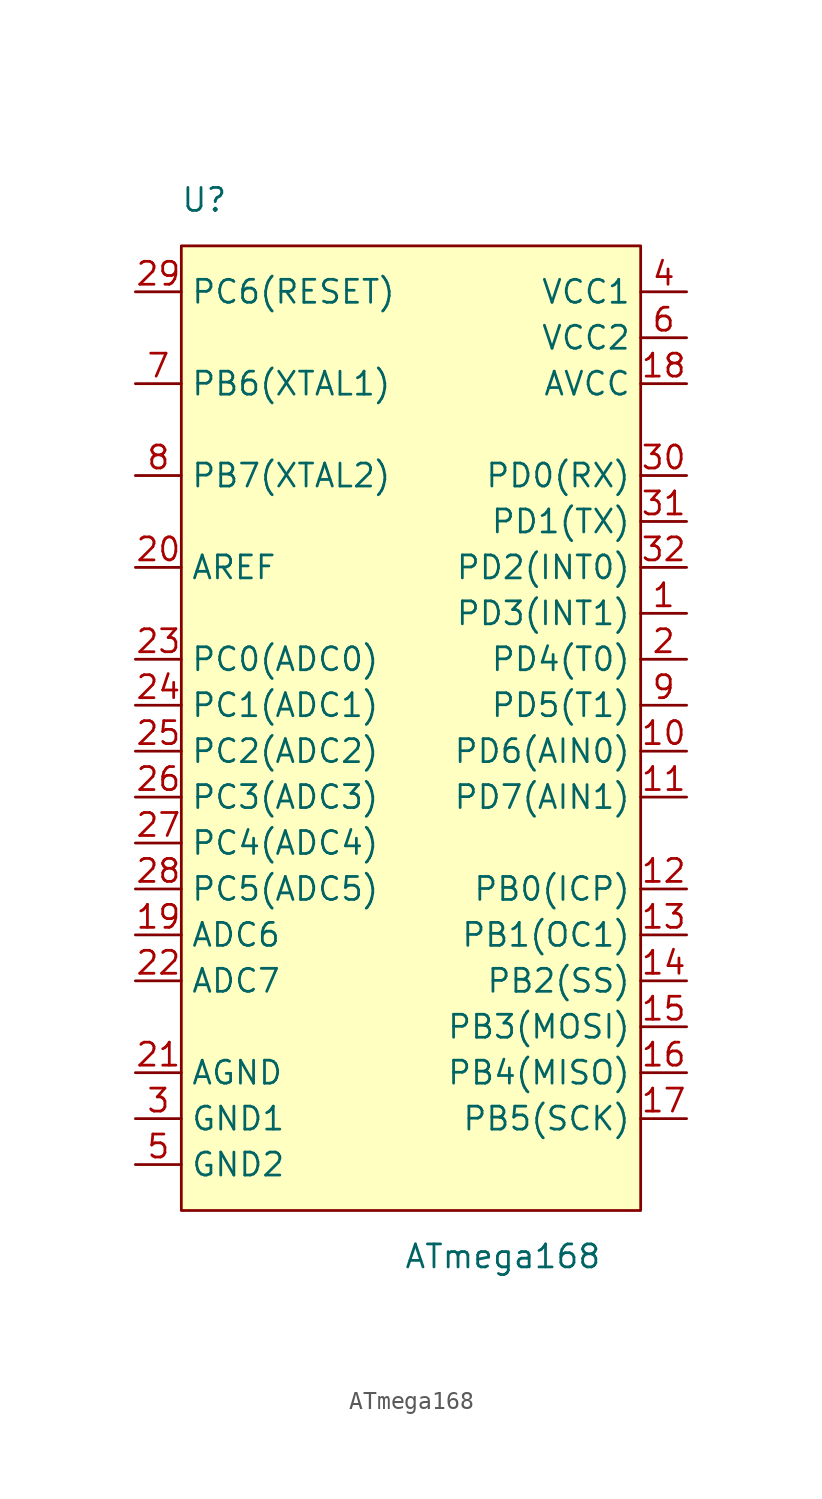
<source format=kicad_sym>
(kicad_symbol_lib
  (version 20211014)
  (generator kicad_symbol_editor)
  (symbol "ATmega168"
    (property "Reference" "U"
      (at -10.16 30.48 0)
      (effects (font (size 1.27 1.27))))
    (property "Value" "ATmega168"
      (at 6.35 -27.94 0)
      (effects (font (size 1.27 1.27))))
    (symbol "ATmega168_0_1"
      (rectangle (start -11.43 27.94) (end 13.97 -25.4) (stroke (width 0) (type default) (color 0 0 0 0)) (fill (type background))))
    (symbol "ATmega168_1_1"
      (pin bidirectional line (at 16.51 7.62 180) (length 2.54) (name "PD3(INT1)" (effects (font (size 1.27 1.27)))) (number "1" (effects (font (size 1.27 1.27)))))
      (pin bidirectional line (at 16.51 0 180) (length 2.54) (name "PD6(AIN0)" (effects (font (size 1.27 1.27)))) (number "10" (effects (font (size 1.27 1.27)))))
      (pin bidirectional line (at 16.51 -2.54 180) (length 2.54) (name "PD7(AIN1)" (effects (font (size 1.27 1.27)))) (number "11" (effects (font (size 1.27 1.27)))))
      (pin bidirectional line (at 16.51 -7.62 180) (length 2.54) (name "PB0(ICP)" (effects (font (size 1.27 1.27)))) (number "12" (effects (font (size 1.27 1.27)))))
      (pin bidirectional line (at 16.51 -10.16 180) (length 2.54) (name "PB1(OC1)" (effects (font (size 1.27 1.27)))) (number "13" (effects (font (size 1.27 1.27)))))
      (pin bidirectional line (at 16.51 -12.7 180) (length 2.54) (name "PB2(SS)" (effects (font (size 1.27 1.27)))) (number "14" (effects (font (size 1.27 1.27)))))
      (pin bidirectional line (at 16.51 -15.24 180) (length 2.54) (name "PB3(MOSI)" (effects (font (size 1.27 1.27)))) (number "15" (effects (font (size 1.27 1.27)))))
      (pin bidirectional line (at 16.51 -17.78 180) (length 2.54) (name "PB4(MISO)" (effects (font (size 1.27 1.27)))) (number "16" (effects (font (size 1.27 1.27)))))
      (pin bidirectional line (at 16.51 -20.32 180) (length 2.54) (name "PB5(SCK)" (effects (font (size 1.27 1.27)))) (number "17" (effects (font (size 1.27 1.27)))))
      (pin bidirectional line (at 16.51 20.32 180) (length 2.54) (name "AVCC" (effects (font (size 1.27 1.27)))) (number "18" (effects (font (size 1.27 1.27)))))
      (pin bidirectional line (at -13.97 -10.16 0) (length 2.54) (name "ADC6" (effects (font (size 1.27 1.27)))) (number "19" (effects (font (size 1.27 1.27)))))
      (pin bidirectional line (at 16.51 5.08 180) (length 2.54) (name "PD4(T0)" (effects (font (size 1.27 1.27)))) (number "2" (effects (font (size 1.27 1.27)))))
      (pin bidirectional line (at -13.97 10.16 0) (length 2.54) (name "AREF" (effects (font (size 1.27 1.27)))) (number "20" (effects (font (size 1.27 1.27)))))
      (pin bidirectional line (at -13.97 -17.78 0) (length 2.54) (name "AGND" (effects (font (size 1.27 1.27)))) (number "21" (effects (font (size 1.27 1.27)))))
      (pin bidirectional line (at -13.97 -12.7 0) (length 2.54) (name "ADC7" (effects (font (size 1.27 1.27)))) (number "22" (effects (font (size 1.27 1.27)))))
      (pin bidirectional line (at -13.97 5.08 0) (length 2.54) (name "PC0(ADC0)" (effects (font (size 1.27 1.27)))) (number "23" (effects (font (size 1.27 1.27)))))
      (pin bidirectional line (at -13.97 2.54 0) (length 2.54) (name "PC1(ADC1)" (effects (font (size 1.27 1.27)))) (number "24" (effects (font (size 1.27 1.27)))))
      (pin bidirectional line (at -13.97 0 0) (length 2.54) (name "PC2(ADC2)" (effects (font (size 1.27 1.27)))) (number "25" (effects (font (size 1.27 1.27)))))
      (pin bidirectional line (at -13.97 -2.54 0) (length 2.54) (name "PC3(ADC3)" (effects (font (size 1.27 1.27)))) (number "26" (effects (font (size 1.27 1.27)))))
      (pin bidirectional line (at -13.97 -5.08 0) (length 2.54) (name "PC4(ADC4)" (effects (font (size 1.27 1.27)))) (number "27" (effects (font (size 1.27 1.27)))))
      (pin bidirectional line (at -13.97 -7.62 0) (length 2.54) (name "PC5(ADC5)" (effects (font (size 1.27 1.27)))) (number "28" (effects (font (size 1.27 1.27)))))
      (pin bidirectional line (at -13.97 25.4 0) (length 2.54) (name "PC6(RESET)" (effects (font (size 1.27 1.27)))) (number "29" (effects (font (size 1.27 1.27)))))
      (pin bidirectional line (at -13.97 -20.32 0) (length 2.54) (name "GND1" (effects (font (size 1.27 1.27)))) (number "3" (effects (font (size 1.27 1.27)))))
      (pin bidirectional line (at 16.51 15.24 180) (length 2.54) (name "PD0(RX)" (effects (font (size 1.27 1.27)))) (number "30" (effects (font (size 1.27 1.27)))))
      (pin bidirectional line (at 16.51 12.7 180) (length 2.54) (name "PD1(TX)" (effects (font (size 1.27 1.27)))) (number "31" (effects (font (size 1.27 1.27)))))
      (pin bidirectional line (at 16.51 10.16 180) (length 2.54) (name "PD2(INT0)" (effects (font (size 1.27 1.27)))) (number "32" (effects (font (size 1.27 1.27)))))
      (pin bidirectional line (at 16.51 25.4 180) (length 2.54) (name "VCC1" (effects (font (size 1.27 1.27)))) (number "4" (effects (font (size 1.27 1.27)))))
      (pin bidirectional line (at -13.97 -22.86 0) (length 2.54) (name "GND2" (effects (font (size 1.27 1.27)))) (number "5" (effects (font (size 1.27 1.27)))))
      (pin bidirectional line (at 16.51 22.86 180) (length 2.54) (name "VCC2" (effects (font (size 1.27 1.27)))) (number "6" (effects (font (size 1.27 1.27)))))
      (pin bidirectional line (at -13.97 20.32 0) (length 2.54) (name "PB6(XTAL1)" (effects (font (size 1.27 1.27)))) (number "7" (effects (font (size 1.27 1.27)))))
      (pin bidirectional line (at -13.97 15.24 0) (length 2.54) (name "PB7(XTAL2)" (effects (font (size 1.27 1.27)))) (number "8" (effects (font (size 1.27 1.27)))))
      (pin bidirectional line (at 16.51 2.54 180) (length 2.54) (name "PD5(T1)" (effects (font (size 1.27 1.27)))) (number "9" (effects (font (size 1.27 1.27))))))))
</source>
